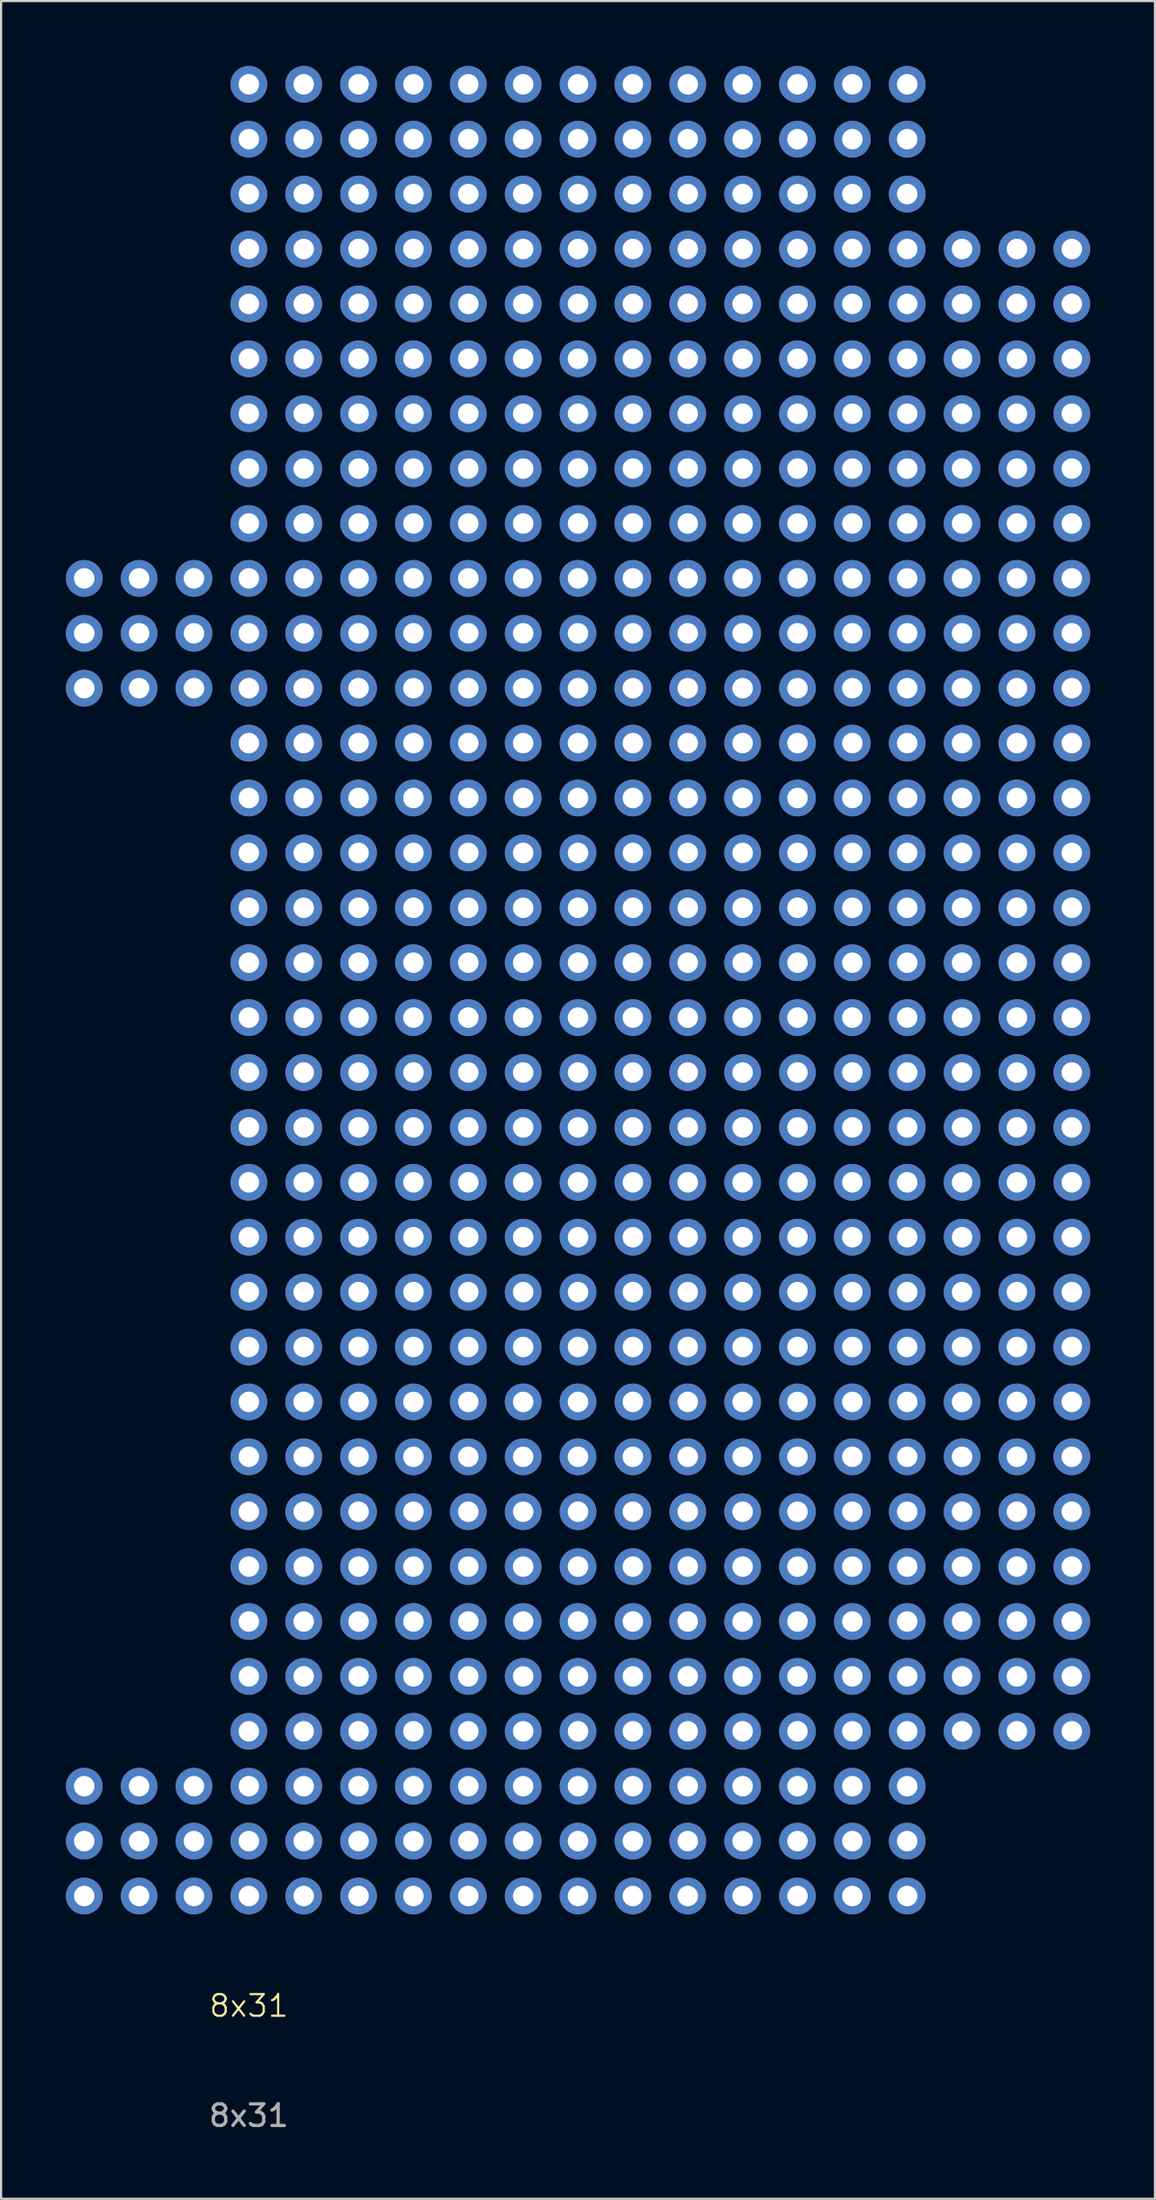
<source format=kicad_pcb>
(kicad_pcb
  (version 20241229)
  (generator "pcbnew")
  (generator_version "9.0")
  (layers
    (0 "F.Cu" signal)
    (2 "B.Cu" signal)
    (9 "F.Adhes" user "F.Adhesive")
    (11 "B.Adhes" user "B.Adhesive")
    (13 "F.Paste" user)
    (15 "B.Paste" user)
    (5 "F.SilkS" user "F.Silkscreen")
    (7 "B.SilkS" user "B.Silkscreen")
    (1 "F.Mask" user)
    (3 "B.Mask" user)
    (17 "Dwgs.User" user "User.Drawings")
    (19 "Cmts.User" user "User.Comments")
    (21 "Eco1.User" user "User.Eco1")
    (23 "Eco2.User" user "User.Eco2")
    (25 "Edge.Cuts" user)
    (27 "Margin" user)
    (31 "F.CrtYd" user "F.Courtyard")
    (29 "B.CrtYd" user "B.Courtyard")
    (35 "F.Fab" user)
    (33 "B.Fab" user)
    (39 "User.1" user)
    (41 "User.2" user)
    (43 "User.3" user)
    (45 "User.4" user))
  (footprint "8x31"
    (layer "F.Cu")
    (at 8.47 84.67)
    (property "Reference" "8x31" (at 0 5.08 0) (unlocked yes) (layer "F.SilkS") (effects (font (size 1 1) (thickness 0.1))))
    (attr through_hole)
    (fp_text user "${REFERENCE}" (at 0 10.16 0) (unlocked yes) (layer "F.Fab") (effects (font (size 1 1) (thickness 0.15))))
    (pad "1" thru_hole circle (at 0 -83.82) (size 1.7 1.7) (drill 0.95) (layers "*.Cu" "*.Mask"))
    (pad "2" thru_hole circle (at 2.54 -83.82) (size 1.7 1.7) (drill 0.95) (layers "*.Cu" "*.Mask"))
    (pad "3" thru_hole circle (at 5.08 -83.82) (size 1.7 1.7) (drill 0.95) (layers "*.Cu" "*.Mask"))
    (pad "4" thru_hole circle (at 7.62 -83.82) (size 1.7 1.7) (drill 0.95) (layers "*.Cu" "*.Mask"))
    (pad "5" thru_hole circle (at 10.16 -83.82) (size 1.7 1.7) (drill 0.95) (layers "*.Cu" "*.Mask"))
    (pad "6" thru_hole circle (at 12.7 -83.82) (size 1.7 1.7) (drill 0.95) (layers "*.Cu" "*.Mask"))
    (pad "7" thru_hole circle (at 15.24 -83.82) (size 1.7 1.7) (drill 0.95) (layers "*.Cu" "*.Mask"))
    (pad "8" thru_hole circle (at 17.78 -83.82) (size 1.7 1.7) (drill 0.95) (layers "*.Cu" "*.Mask"))
    (pad "9" thru_hole circle (at 0 -81.28) (size 1.7 1.7) (drill 0.95) (layers "*.Cu" "*.Mask"))
    (pad "10" thru_hole circle (at 2.54 -81.28) (size 1.7 1.7) (drill 0.95) (layers "*.Cu" "*.Mask"))
    (pad "11" thru_hole circle (at 5.08 -81.28) (size 1.7 1.7) (drill 0.95) (layers "*.Cu" "*.Mask"))
    (pad "12" thru_hole circle (at 7.62 -81.28) (size 1.7 1.7) (drill 0.95) (layers "*.Cu" "*.Mask"))
    (pad "13" thru_hole circle (at 10.16 -81.28) (size 1.7 1.7) (drill 0.95) (layers "*.Cu" "*.Mask"))
    (pad "14" thru_hole circle (at 12.7 -81.28) (size 1.7 1.7) (drill 0.95) (layers "*.Cu" "*.Mask"))
    (pad "15" thru_hole circle (at 15.24 -81.28) (size 1.7 1.7) (drill 0.95) (layers "*.Cu" "*.Mask"))
    (pad "16" thru_hole circle (at 17.78 -81.28) (size 1.7 1.7) (drill 0.95) (layers "*.Cu" "*.Mask"))
    (pad "17" thru_hole circle (at 0 -78.74) (size 1.7 1.7) (drill 0.95) (layers "*.Cu" "*.Mask"))
    (pad "18" thru_hole circle (at 2.54 -78.74) (size 1.7 1.7) (drill 0.95) (layers "*.Cu" "*.Mask"))
    (pad "19" thru_hole circle (at 5.08 -78.74) (size 1.7 1.7) (drill 0.95) (layers "*.Cu" "*.Mask"))
    (pad "20" thru_hole circle (at 7.62 -78.74) (size 1.7 1.7) (drill 0.95) (layers "*.Cu" "*.Mask"))
    (pad "21" thru_hole circle (at 10.16 -78.74) (size 1.7 1.7) (drill 0.95) (layers "*.Cu" "*.Mask"))
    (pad "22" thru_hole circle (at 12.7 -78.74) (size 1.7 1.7) (drill 0.95) (layers "*.Cu" "*.Mask"))
    (pad "23" thru_hole circle (at 15.24 -78.74) (size 1.7 1.7) (drill 0.95) (layers "*.Cu" "*.Mask"))
    (pad "24" thru_hole circle (at 17.78 -78.74) (size 1.7 1.7) (drill 0.95) (layers "*.Cu" "*.Mask"))
    (pad "25" thru_hole circle (at 0 -76.2) (size 1.7 1.7) (drill 0.95) (layers "*.Cu" "*.Mask"))
    (pad "26" thru_hole circle (at 2.54 -76.2) (size 1.7 1.7) (drill 0.95) (layers "*.Cu" "*.Mask"))
    (pad "27" thru_hole circle (at 5.08 -76.2) (size 1.7 1.7) (drill 0.95) (layers "*.Cu" "*.Mask"))
    (pad "28" thru_hole circle (at 7.62 -76.2) (size 1.7 1.7) (drill 0.95) (layers "*.Cu" "*.Mask"))
    (pad "29" thru_hole circle (at 10.16 -76.2) (size 1.7 1.7) (drill 0.95) (layers "*.Cu" "*.Mask"))
    (pad "30" thru_hole circle (at 12.7 -76.2) (size 1.7 1.7) (drill 0.95) (layers "*.Cu" "*.Mask"))
    (pad "31" thru_hole circle (at 15.24 -76.2) (size 1.7 1.7) (drill 0.95) (layers "*.Cu" "*.Mask"))
    (pad "32" thru_hole circle (at 17.78 -76.2) (size 1.7 1.7) (drill 0.95) (layers "*.Cu" "*.Mask"))
    (pad "33" thru_hole circle (at 0 -73.66) (size 1.7 1.7) (drill 0.95) (layers "*.Cu" "*.Mask"))
    (pad "34" thru_hole circle (at 2.54 -73.66) (size 1.7 1.7) (drill 0.95) (layers "*.Cu" "*.Mask"))
    (pad "35" thru_hole circle (at 5.08 -73.66) (size 1.7 1.7) (drill 0.95) (layers "*.Cu" "*.Mask"))
    (pad "36" thru_hole circle (at 7.62 -73.66) (size 1.7 1.7) (drill 0.95) (layers "*.Cu" "*.Mask"))
    (pad "37" thru_hole circle (at 10.16 -73.66) (size 1.7 1.7) (drill 0.95) (layers "*.Cu" "*.Mask"))
    (pad "38" thru_hole circle (at 12.7 -73.66) (size 1.7 1.7) (drill 0.95) (layers "*.Cu" "*.Mask"))
    (pad "39" thru_hole circle (at 15.24 -73.66) (size 1.7 1.7) (drill 0.95) (layers "*.Cu" "*.Mask"))
    (pad "40" thru_hole circle (at 17.78 -73.66) (size 1.7 1.7) (drill 0.95) (layers "*.Cu" "*.Mask"))
    (pad "41" thru_hole circle (at 0 -71.12) (size 1.7 1.7) (drill 0.95) (layers "*.Cu" "*.Mask"))
    (pad "42" thru_hole circle (at 2.54 -71.12) (size 1.7 1.7) (drill 0.95) (layers "*.Cu" "*.Mask"))
    (pad "43" thru_hole circle (at 5.08 -71.12) (size 1.7 1.7) (drill 0.95) (layers "*.Cu" "*.Mask"))
    (pad "44" thru_hole circle (at 7.62 -71.12) (size 1.7 1.7) (drill 0.95) (layers "*.Cu" "*.Mask"))
    (pad "45" thru_hole circle (at 10.16 -71.12) (size 1.7 1.7) (drill 0.95) (layers "*.Cu" "*.Mask"))
    (pad "46" thru_hole circle (at 12.7 -71.12) (size 1.7 1.7) (drill 0.95) (layers "*.Cu" "*.Mask"))
    (pad "47" thru_hole circle (at 15.24 -71.12) (size 1.7 1.7) (drill 0.95) (layers "*.Cu" "*.Mask"))
    (pad "48" thru_hole circle (at 17.78 -71.12) (size 1.7 1.7) (drill 0.95) (layers "*.Cu" "*.Mask"))
    (pad "49" thru_hole circle (at 0 -68.58) (size 1.7 1.7) (drill 0.95) (layers "*.Cu" "*.Mask"))
    (pad "50" thru_hole circle (at 2.54 -68.58) (size 1.7 1.7) (drill 0.95) (layers "*.Cu" "*.Mask"))
    (pad "51" thru_hole circle (at 5.08 -68.58) (size 1.7 1.7) (drill 0.95) (layers "*.Cu" "*.Mask"))
    (pad "52" thru_hole circle (at 7.62 -68.58) (size 1.7 1.7) (drill 0.95) (layers "*.Cu" "*.Mask"))
    (pad "53" thru_hole circle (at 10.16 -68.58) (size 1.7 1.7) (drill 0.95) (layers "*.Cu" "*.Mask"))
    (pad "54" thru_hole circle (at 12.7 -68.58) (size 1.7 1.7) (drill 0.95) (layers "*.Cu" "*.Mask"))
    (pad "55" thru_hole circle (at 15.24 -68.58) (size 1.7 1.7) (drill 0.95) (layers "*.Cu" "*.Mask"))
    (pad "56" thru_hole circle (at 17.78 -68.58) (size 1.7 1.7) (drill 0.95) (layers "*.Cu" "*.Mask"))
    (pad "57" thru_hole circle (at 0 -66.04) (size 1.7 1.7) (drill 0.95) (layers "*.Cu" "*.Mask"))
    (pad "58" thru_hole circle (at 2.54 -66.04) (size 1.7 1.7) (drill 0.95) (layers "*.Cu" "*.Mask"))
    (pad "59" thru_hole circle (at 5.08 -66.04) (size 1.7 1.7) (drill 0.95) (layers "*.Cu" "*.Mask"))
    (pad "60" thru_hole circle (at 7.62 -66.04) (size 1.7 1.7) (drill 0.95) (layers "*.Cu" "*.Mask"))
    (pad "61" thru_hole circle (at 10.16 -66.04) (size 1.7 1.7) (drill 0.95) (layers "*.Cu" "*.Mask"))
    (pad "62" thru_hole circle (at 12.7 -66.04) (size 1.7 1.7) (drill 0.95) (layers "*.Cu" "*.Mask"))
    (pad "63" thru_hole circle (at 15.24 -66.04) (size 1.7 1.7) (drill 0.95) (layers "*.Cu" "*.Mask"))
    (pad "64" thru_hole circle (at 17.78 -66.04) (size 1.7 1.7) (drill 0.95) (layers "*.Cu" "*.Mask"))
    (pad "65" thru_hole circle (at 0 -63.5) (size 1.7 1.7) (drill 0.95) (layers "*.Cu" "*.Mask"))
    (pad "66" thru_hole circle (at 2.54 -63.5) (size 1.7 1.7) (drill 0.95) (layers "*.Cu" "*.Mask"))
    (pad "67" thru_hole circle (at 5.08 -63.5) (size 1.7 1.7) (drill 0.95) (layers "*.Cu" "*.Mask"))
    (pad "68" thru_hole circle (at 7.62 -63.5) (size 1.7 1.7) (drill 0.95) (layers "*.Cu" "*.Mask"))
    (pad "69" thru_hole circle (at 10.16 -63.5) (size 1.7 1.7) (drill 0.95) (layers "*.Cu" "*.Mask"))
    (pad "70" thru_hole circle (at 12.7 -63.5) (size 1.7 1.7) (drill 0.95) (layers "*.Cu" "*.Mask"))
    (pad "71" thru_hole circle (at 15.24 -63.5) (size 1.7 1.7) (drill 0.95) (layers "*.Cu" "*.Mask"))
    (pad "72" thru_hole circle (at 17.78 -63.5) (size 1.7 1.7) (drill 0.95) (layers "*.Cu" "*.Mask"))
    (pad "73" thru_hole circle (at 0 -60.96) (size 1.7 1.7) (drill 0.95) (layers "*.Cu" "*.Mask"))
    (pad "74" thru_hole circle (at 2.54 -60.96) (size 1.7 1.7) (drill 0.95) (layers "*.Cu" "*.Mask"))
    (pad "75" thru_hole circle (at 5.08 -60.96) (size 1.7 1.7) (drill 0.95) (layers "*.Cu" "*.Mask"))
    (pad "76" thru_hole circle (at 7.62 -60.96) (size 1.7 1.7) (drill 0.95) (layers "*.Cu" "*.Mask"))
    (pad "77" thru_hole circle (at 10.16 -60.96) (size 1.7 1.7) (drill 0.95) (layers "*.Cu" "*.Mask"))
    (pad "78" thru_hole circle (at 12.7 -60.96) (size 1.7 1.7) (drill 0.95) (layers "*.Cu" "*.Mask"))
    (pad "79" thru_hole circle (at 15.24 -60.96) (size 1.7 1.7) (drill 0.95) (layers "*.Cu" "*.Mask"))
    (pad "80" thru_hole circle (at 17.78 -60.96) (size 1.7 1.7) (drill 0.95) (layers "*.Cu" "*.Mask"))
    (pad "81" thru_hole circle (at 0 -58.42) (size 1.7 1.7) (drill 0.95) (layers "*.Cu" "*.Mask"))
    (pad "82" thru_hole circle (at 2.54 -58.42) (size 1.7 1.7) (drill 0.95) (layers "*.Cu" "*.Mask"))
    (pad "83" thru_hole circle (at 5.08 -58.42) (size 1.7 1.7) (drill 0.95) (layers "*.Cu" "*.Mask"))
    (pad "84" thru_hole circle (at 7.62 -58.42) (size 1.7 1.7) (drill 0.95) (layers "*.Cu" "*.Mask"))
    (pad "85" thru_hole circle (at 10.16 -58.42) (size 1.7 1.7) (drill 0.95) (layers "*.Cu" "*.Mask"))
    (pad "86" thru_hole circle (at 12.7 -58.42) (size 1.7 1.7) (drill 0.95) (layers "*.Cu" "*.Mask"))
    (pad "87" thru_hole circle (at 15.24 -58.42) (size 1.7 1.7) (drill 0.95) (layers "*.Cu" "*.Mask"))
    (pad "88" thru_hole circle (at 17.78 -58.42) (size 1.7 1.7) (drill 0.95) (layers "*.Cu" "*.Mask"))
    (pad "89" thru_hole circle (at 0 -55.88) (size 1.7 1.7) (drill 0.95) (layers "*.Cu" "*.Mask"))
    (pad "90" thru_hole circle (at 2.54 -55.88) (size 1.7 1.7) (drill 0.95) (layers "*.Cu" "*.Mask"))
    (pad "91" thru_hole circle (at 5.08 -55.88) (size 1.7 1.7) (drill 0.95) (layers "*.Cu" "*.Mask"))
    (pad "92" thru_hole circle (at 7.62 -55.88) (size 1.7 1.7) (drill 0.95) (layers "*.Cu" "*.Mask"))
    (pad "93" thru_hole circle (at 10.16 -55.88) (size 1.7 1.7) (drill 0.95) (layers "*.Cu" "*.Mask"))
    (pad "94" thru_hole circle (at 12.7 -55.88) (size 1.7 1.7) (drill 0.95) (layers "*.Cu" "*.Mask"))
    (pad "95" thru_hole circle (at 15.24 -55.88) (size 1.7 1.7) (drill 0.95) (layers "*.Cu" "*.Mask"))
    (pad "96" thru_hole circle (at 17.78 -55.88) (size 1.7 1.7) (drill 0.95) (layers "*.Cu" "*.Mask"))
    (pad "97" thru_hole circle (at 0 -53.34) (size 1.7 1.7) (drill 0.95) (layers "*.Cu" "*.Mask"))
    (pad "98" thru_hole circle (at 2.54 -53.34) (size 1.7 1.7) (drill 0.95) (layers "*.Cu" "*.Mask"))
    (pad "99" thru_hole circle (at 5.08 -53.34) (size 1.7 1.7) (drill 0.95) (layers "*.Cu" "*.Mask"))
    (pad "100" thru_hole circle (at 7.62 -53.34) (size 1.7 1.7) (drill 0.95) (layers "*.Cu" "*.Mask"))
    (pad "101" thru_hole circle (at 10.16 -53.34) (size 1.7 1.7) (drill 0.95) (layers "*.Cu" "*.Mask"))
    (pad "102" thru_hole circle (at 12.7 -53.34) (size 1.7 1.7) (drill 0.95) (layers "*.Cu" "*.Mask"))
    (pad "103" thru_hole circle (at 15.24 -53.34) (size 1.7 1.7) (drill 0.95) (layers "*.Cu" "*.Mask"))
    (pad "104" thru_hole circle (at 17.78 -53.34) (size 1.7 1.7) (drill 0.95) (layers "*.Cu" "*.Mask"))
    (pad "105" thru_hole circle (at 0 -50.8) (size 1.7 1.7) (drill 0.95) (layers "*.Cu" "*.Mask"))
    (pad "106" thru_hole circle (at 2.54 -50.8) (size 1.7 1.7) (drill 0.95) (layers "*.Cu" "*.Mask"))
    (pad "107" thru_hole circle (at 5.08 -50.8) (size 1.7 1.7) (drill 0.95) (layers "*.Cu" "*.Mask"))
    (pad "108" thru_hole circle (at 7.62 -50.8) (size 1.7 1.7) (drill 0.95) (layers "*.Cu" "*.Mask"))
    (pad "109" thru_hole circle (at 10.16 -50.8) (size 1.7 1.7) (drill 0.95) (layers "*.Cu" "*.Mask"))
    (pad "110" thru_hole circle (at 12.7 -50.8) (size 1.7 1.7) (drill 0.95) (layers "*.Cu" "*.Mask"))
    (pad "111" thru_hole circle (at 15.24 -50.8) (size 1.7 1.7) (drill 0.95) (layers "*.Cu" "*.Mask"))
    (pad "112" thru_hole circle (at 17.78 -50.8) (size 1.7 1.7) (drill 0.95) (layers "*.Cu" "*.Mask"))
    (pad "113" thru_hole circle (at 0 -48.26) (size 1.7 1.7) (drill 0.95) (layers "*.Cu" "*.Mask"))
    (pad "114" thru_hole circle (at 2.54 -48.26) (size 1.7 1.7) (drill 0.95) (layers "*.Cu" "*.Mask"))
    (pad "115" thru_hole circle (at 5.08 -48.26) (size 1.7 1.7) (drill 0.95) (layers "*.Cu" "*.Mask"))
    (pad "116" thru_hole circle (at 7.62 -48.26) (size 1.7 1.7) (drill 0.95) (layers "*.Cu" "*.Mask"))
    (pad "117" thru_hole circle (at 10.16 -48.26) (size 1.7 1.7) (drill 0.95) (layers "*.Cu" "*.Mask"))
    (pad "118" thru_hole circle (at 12.7 -48.26) (size 1.7 1.7) (drill 0.95) (layers "*.Cu" "*.Mask"))
    (pad "119" thru_hole circle (at 15.24 -48.26) (size 1.7 1.7) (drill 0.95) (layers "*.Cu" "*.Mask"))
    (pad "120" thru_hole circle (at 17.78 -48.26) (size 1.7 1.7) (drill 0.95) (layers "*.Cu" "*.Mask"))
    (pad "121" thru_hole circle (at 0 -45.72) (size 1.7 1.7) (drill 0.95) (layers "*.Cu" "*.Mask"))
    (pad "122" thru_hole circle (at 2.54 -45.72) (size 1.7 1.7) (drill 0.95) (layers "*.Cu" "*.Mask"))
    (pad "123" thru_hole circle (at 5.08 -45.72) (size 1.7 1.7) (drill 0.95) (layers "*.Cu" "*.Mask"))
    (pad "124" thru_hole circle (at 7.62 -45.72) (size 1.7 1.7) (drill 0.95) (layers "*.Cu" "*.Mask"))
    (pad "125" thru_hole circle (at 10.16 -45.72) (size 1.7 1.7) (drill 0.95) (layers "*.Cu" "*.Mask"))
    (pad "126" thru_hole circle (at 12.7 -45.72) (size 1.7 1.7) (drill 0.95) (layers "*.Cu" "*.Mask"))
    (pad "127" thru_hole circle (at 15.24 -45.72) (size 1.7 1.7) (drill 0.95) (layers "*.Cu" "*.Mask"))
    (pad "128" thru_hole circle (at 17.78 -45.72) (size 1.7 1.7) (drill 0.95) (layers "*.Cu" "*.Mask"))
    (pad "129" thru_hole circle (at 0 -43.18) (size 1.7 1.7) (drill 0.95) (layers "*.Cu" "*.Mask"))
    (pad "130" thru_hole circle (at 2.54 -43.18) (size 1.7 1.7) (drill 0.95) (layers "*.Cu" "*.Mask"))
    (pad "131" thru_hole circle (at 5.08 -43.18) (size 1.7 1.7) (drill 0.95) (layers "*.Cu" "*.Mask"))
    (pad "132" thru_hole circle (at 7.62 -43.18) (size 1.7 1.7) (drill 0.95) (layers "*.Cu" "*.Mask"))
    (pad "133" thru_hole circle (at 10.16 -43.18) (size 1.7 1.7) (drill 0.95) (layers "*.Cu" "*.Mask"))
    (pad "134" thru_hole circle (at 12.7 -43.18) (size 1.7 1.7) (drill 0.95) (layers "*.Cu" "*.Mask"))
    (pad "135" thru_hole circle (at 15.24 -43.18) (size 1.7 1.7) (drill 0.95) (layers "*.Cu" "*.Mask"))
    (pad "136" thru_hole circle (at 17.78 -43.18) (size 1.7 1.7) (drill 0.95) (layers "*.Cu" "*.Mask"))
    (pad "137" thru_hole circle (at 0 -40.64) (size 1.7 1.7) (drill 0.95) (layers "*.Cu" "*.Mask"))
    (pad "138" thru_hole circle (at 2.54 -40.64) (size 1.7 1.7) (drill 0.95) (layers "*.Cu" "*.Mask"))
    (pad "139" thru_hole circle (at 5.08 -40.64) (size 1.7 1.7) (drill 0.95) (layers "*.Cu" "*.Mask"))
    (pad "140" thru_hole circle (at 7.62 -40.64) (size 1.7 1.7) (drill 0.95) (layers "*.Cu" "*.Mask"))
    (pad "141" thru_hole circle (at 10.16 -40.64) (size 1.7 1.7) (drill 0.95) (layers "*.Cu" "*.Mask"))
    (pad "142" thru_hole circle (at 12.7 -40.64) (size 1.7 1.7) (drill 0.95) (layers "*.Cu" "*.Mask"))
    (pad "143" thru_hole circle (at 15.24 -40.64) (size 1.7 1.7) (drill 0.95) (layers "*.Cu" "*.Mask"))
    (pad "144" thru_hole circle (at 17.78 -40.64) (size 1.7 1.7) (drill 0.95) (layers "*.Cu" "*.Mask"))
    (pad "145" thru_hole circle (at 0 -38.1) (size 1.7 1.7) (drill 0.95) (layers "*.Cu" "*.Mask"))
    (pad "146" thru_hole circle (at 2.54 -38.1) (size 1.7 1.7) (drill 0.95) (layers "*.Cu" "*.Mask"))
    (pad "147" thru_hole circle (at 5.08 -38.1) (size 1.7 1.7) (drill 0.95) (layers "*.Cu" "*.Mask"))
    (pad "148" thru_hole circle (at 7.62 -38.1) (size 1.7 1.7) (drill 0.95) (layers "*.Cu" "*.Mask"))
    (pad "149" thru_hole circle (at 10.16 -38.1) (size 1.7 1.7) (drill 0.95) (layers "*.Cu" "*.Mask"))
    (pad "150" thru_hole circle (at 12.7 -38.1) (size 1.7 1.7) (drill 0.95) (layers "*.Cu" "*.Mask"))
    (pad "151" thru_hole circle (at 15.24 -38.1) (size 1.7 1.7) (drill 0.95) (layers "*.Cu" "*.Mask"))
    (pad "152" thru_hole circle (at 17.78 -38.1) (size 1.7 1.7) (drill 0.95) (layers "*.Cu" "*.Mask"))
    (pad "153" thru_hole circle (at 0 -35.56) (size 1.7 1.7) (drill 0.95) (layers "*.Cu" "*.Mask"))
    (pad "154" thru_hole circle (at 2.54 -35.56) (size 1.7 1.7) (drill 0.95) (layers "*.Cu" "*.Mask"))
    (pad "155" thru_hole circle (at 5.08 -35.56) (size 1.7 1.7) (drill 0.95) (layers "*.Cu" "*.Mask"))
    (pad "156" thru_hole circle (at 7.62 -35.56) (size 1.7 1.7) (drill 0.95) (layers "*.Cu" "*.Mask"))
    (pad "157" thru_hole circle (at 10.16 -35.56) (size 1.7 1.7) (drill 0.95) (layers "*.Cu" "*.Mask"))
    (pad "158" thru_hole circle (at 12.7 -35.56) (size 1.7 1.7) (drill 0.95) (layers "*.Cu" "*.Mask"))
    (pad "159" thru_hole circle (at 15.24 -35.56) (size 1.7 1.7) (drill 0.95) (layers "*.Cu" "*.Mask"))
    (pad "160" thru_hole circle (at 17.78 -35.56) (size 1.7 1.7) (drill 0.95) (layers "*.Cu" "*.Mask"))
    (pad "161" thru_hole circle (at 0 -33.02) (size 1.7 1.7) (drill 0.95) (layers "*.Cu" "*.Mask"))
    (pad "162" thru_hole circle (at 2.54 -33.02) (size 1.7 1.7) (drill 0.95) (layers "*.Cu" "*.Mask"))
    (pad "163" thru_hole circle (at 5.08 -33.02) (size 1.7 1.7) (drill 0.95) (layers "*.Cu" "*.Mask"))
    (pad "164" thru_hole circle (at 7.62 -33.02) (size 1.7 1.7) (drill 0.95) (layers "*.Cu" "*.Mask"))
    (pad "165" thru_hole circle (at 10.16 -33.02) (size 1.7 1.7) (drill 0.95) (layers "*.Cu" "*.Mask"))
    (pad "166" thru_hole circle (at 12.7 -33.02) (size 1.7 1.7) (drill 0.95) (layers "*.Cu" "*.Mask"))
    (pad "167" thru_hole circle (at 15.24 -33.02) (size 1.7 1.7) (drill 0.95) (layers "*.Cu" "*.Mask"))
    (pad "168" thru_hole circle (at 17.78 -33.02) (size 1.7 1.7) (drill 0.95) (layers "*.Cu" "*.Mask"))
    (pad "169" thru_hole circle (at 0 -30.48) (size 1.7 1.7) (drill 0.95) (layers "*.Cu" "*.Mask"))
    (pad "170" thru_hole circle (at 2.54 -30.48) (size 1.7 1.7) (drill 0.95) (layers "*.Cu" "*.Mask"))
    (pad "171" thru_hole circle (at 5.08 -30.48) (size 1.7 1.7) (drill 0.95) (layers "*.Cu" "*.Mask"))
    (pad "172" thru_hole circle (at 7.62 -30.48) (size 1.7 1.7) (drill 0.95) (layers "*.Cu" "*.Mask"))
    (pad "173" thru_hole circle (at 10.16 -30.48) (size 1.7 1.7) (drill 0.95) (layers "*.Cu" "*.Mask"))
    (pad "174" thru_hole circle (at 12.7 -30.48) (size 1.7 1.7) (drill 0.95) (layers "*.Cu" "*.Mask"))
    (pad "175" thru_hole circle (at 15.24 -30.48) (size 1.7 1.7) (drill 0.95) (layers "*.Cu" "*.Mask"))
    (pad "176" thru_hole circle (at 17.78 -30.48) (size 1.7 1.7) (drill 0.95) (layers "*.Cu" "*.Mask"))
    (pad "177" thru_hole circle (at 0 -27.94) (size 1.7 1.7) (drill 0.95) (layers "*.Cu" "*.Mask"))
    (pad "178" thru_hole circle (at 2.54 -27.94) (size 1.7 1.7) (drill 0.95) (layers "*.Cu" "*.Mask"))
    (pad "179" thru_hole circle (at 5.08 -27.94) (size 1.7 1.7) (drill 0.95) (layers "*.Cu" "*.Mask"))
    (pad "180" thru_hole circle (at 7.62 -27.94) (size 1.7 1.7) (drill 0.95) (layers "*.Cu" "*.Mask"))
    (pad "181" thru_hole circle (at 10.16 -27.94) (size 1.7 1.7) (drill 0.95) (layers "*.Cu" "*.Mask"))
    (pad "182" thru_hole circle (at 12.7 -27.94) (size 1.7 1.7) (drill 0.95) (layers "*.Cu" "*.Mask"))
    (pad "183" thru_hole circle (at 15.24 -27.94) (size 1.7 1.7) (drill 0.95) (layers "*.Cu" "*.Mask"))
    (pad "184" thru_hole circle (at 17.78 -27.94) (size 1.7 1.7) (drill 0.95) (layers "*.Cu" "*.Mask"))
    (pad "185" thru_hole circle (at 0 -25.4) (size 1.7 1.7) (drill 0.95) (layers "*.Cu" "*.Mask"))
    (pad "186" thru_hole circle (at 2.54 -25.4) (size 1.7 1.7) (drill 0.95) (layers "*.Cu" "*.Mask"))
    (pad "187" thru_hole circle (at 5.08 -25.4) (size 1.7 1.7) (drill 0.95) (layers "*.Cu" "*.Mask"))
    (pad "188" thru_hole circle (at 7.62 -25.4) (size 1.7 1.7) (drill 0.95) (layers "*.Cu" "*.Mask"))
    (pad "189" thru_hole circle (at 10.16 -25.4) (size 1.7 1.7) (drill 0.95) (layers "*.Cu" "*.Mask"))
    (pad "190" thru_hole circle (at 12.7 -25.4) (size 1.7 1.7) (drill 0.95) (layers "*.Cu" "*.Mask"))
    (pad "191" thru_hole circle (at 15.24 -25.4) (size 1.7 1.7) (drill 0.95) (layers "*.Cu" "*.Mask"))
    (pad "192" thru_hole circle (at 17.78 -25.4) (size 1.7 1.7) (drill 0.95) (layers "*.Cu" "*.Mask"))
    (pad "193" thru_hole circle (at 0 -22.86) (size 1.7 1.7) (drill 0.95) (layers "*.Cu" "*.Mask"))
    (pad "194" thru_hole circle (at 2.54 -22.86) (size 1.7 1.7) (drill 0.95) (layers "*.Cu" "*.Mask"))
    (pad "195" thru_hole circle (at 5.08 -22.86) (size 1.7 1.7) (drill 0.95) (layers "*.Cu" "*.Mask"))
    (pad "196" thru_hole circle (at 7.62 -22.86) (size 1.7 1.7) (drill 0.95) (layers "*.Cu" "*.Mask"))
    (pad "197" thru_hole circle (at 10.16 -22.86) (size 1.7 1.7) (drill 0.95) (layers "*.Cu" "*.Mask"))
    (pad "198" thru_hole circle (at 12.7 -22.86) (size 1.7 1.7) (drill 0.95) (layers "*.Cu" "*.Mask"))
    (pad "199" thru_hole circle (at 15.24 -22.86) (size 1.7 1.7) (drill 0.95) (layers "*.Cu" "*.Mask"))
    (pad "200" thru_hole circle (at 17.78 -22.86) (size 1.7 1.7) (drill 0.95) (layers "*.Cu" "*.Mask"))
    (pad "201" thru_hole circle (at 0 -20.32) (size 1.7 1.7) (drill 0.95) (layers "*.Cu" "*.Mask"))
    (pad "202" thru_hole circle (at 2.54 -20.32) (size 1.7 1.7) (drill 0.95) (layers "*.Cu" "*.Mask"))
    (pad "203" thru_hole circle (at 5.08 -20.32) (size 1.7 1.7) (drill 0.95) (layers "*.Cu" "*.Mask"))
    (pad "204" thru_hole circle (at 7.62 -20.32) (size 1.7 1.7) (drill 0.95) (layers "*.Cu" "*.Mask"))
    (pad "205" thru_hole circle (at 10.16 -20.32) (size 1.7 1.7) (drill 0.95) (layers "*.Cu" "*.Mask"))
    (pad "206" thru_hole circle (at 12.7 -20.32) (size 1.7 1.7) (drill 0.95) (layers "*.Cu" "*.Mask"))
    (pad "207" thru_hole circle (at 15.24 -20.32) (size 1.7 1.7) (drill 0.95) (layers "*.Cu" "*.Mask"))
    (pad "208" thru_hole circle (at 17.78 -20.32) (size 1.7 1.7) (drill 0.95) (layers "*.Cu" "*.Mask"))
    (pad "209" thru_hole circle (at 0 -17.78) (size 1.7 1.7) (drill 0.95) (layers "*.Cu" "*.Mask"))
    (pad "210" thru_hole circle (at 2.54 -17.78) (size 1.7 1.7) (drill 0.95) (layers "*.Cu" "*.Mask"))
    (pad "211" thru_hole circle (at 5.08 -17.78) (size 1.7 1.7) (drill 0.95) (layers "*.Cu" "*.Mask"))
    (pad "212" thru_hole circle (at 7.62 -17.78) (size 1.7 1.7) (drill 0.95) (layers "*.Cu" "*.Mask"))
    (pad "213" thru_hole circle (at 10.16 -17.78) (size 1.7 1.7) (drill 0.95) (layers "*.Cu" "*.Mask"))
    (pad "214" thru_hole circle (at 12.7 -17.78) (size 1.7 1.7) (drill 0.95) (layers "*.Cu" "*.Mask"))
    (pad "215" thru_hole circle (at 15.24 -17.78) (size 1.7 1.7) (drill 0.95) (layers "*.Cu" "*.Mask"))
    (pad "216" thru_hole circle (at 17.78 -17.78) (size 1.7 1.7) (drill 0.95) (layers "*.Cu" "*.Mask"))
    (pad "217" thru_hole circle (at 0 -15.24) (size 1.7 1.7) (drill 0.95) (layers "*.Cu" "*.Mask"))
    (pad "218" thru_hole circle (at 2.54 -15.24) (size 1.7 1.7) (drill 0.95) (layers "*.Cu" "*.Mask"))
    (pad "219" thru_hole circle (at 5.08 -15.24) (size 1.7 1.7) (drill 0.95) (layers "*.Cu" "*.Mask"))
    (pad "220" thru_hole circle (at 7.62 -15.24) (size 1.7 1.7) (drill 0.95) (layers "*.Cu" "*.Mask"))
    (pad "221" thru_hole circle (at 10.16 -15.24) (size 1.7 1.7) (drill 0.95) (layers "*.Cu" "*.Mask"))
    (pad "222" thru_hole circle (at 12.7 -15.24) (size 1.7 1.7) (drill 0.95) (layers "*.Cu" "*.Mask"))
    (pad "223" thru_hole circle (at 15.24 -15.24) (size 1.7 1.7) (drill 0.95) (layers "*.Cu" "*.Mask"))
    (pad "224" thru_hole circle (at 17.78 -15.24) (size 1.7 1.7) (drill 0.95) (layers "*.Cu" "*.Mask"))
    (pad "225" thru_hole circle (at 0 -12.7) (size 1.7 1.7) (drill 0.95) (layers "*.Cu" "*.Mask"))
    (pad "226" thru_hole circle (at 2.54 -12.7) (size 1.7 1.7) (drill 0.95) (layers "*.Cu" "*.Mask"))
    (pad "227" thru_hole circle (at 5.08 -12.7) (size 1.7 1.7) (drill 0.95) (layers "*.Cu" "*.Mask"))
    (pad "228" thru_hole circle (at 7.62 -12.7) (size 1.7 1.7) (drill 0.95) (layers "*.Cu" "*.Mask"))
    (pad "229" thru_hole circle (at 10.16 -12.7) (size 1.7 1.7) (drill 0.95) (layers "*.Cu" "*.Mask"))
    (pad "230" thru_hole circle (at 12.7 -12.7) (size 1.7 1.7) (drill 0.95) (layers "*.Cu" "*.Mask"))
    (pad "231" thru_hole circle (at 15.24 -12.7) (size 1.7 1.7) (drill 0.95) (layers "*.Cu" "*.Mask"))
    (pad "232" thru_hole circle (at 17.78 -12.7) (size 1.7 1.7) (drill 0.95) (layers "*.Cu" "*.Mask"))
    (pad "233" thru_hole circle (at 0 -10.16) (size 1.7 1.7) (drill 0.95) (layers "*.Cu" "*.Mask"))
    (pad "234" thru_hole circle (at 2.54 -10.16) (size 1.7 1.7) (drill 0.95) (layers "*.Cu" "*.Mask"))
    (pad "235" thru_hole circle (at 5.08 -10.16) (size 1.7 1.7) (drill 0.95) (layers "*.Cu" "*.Mask"))
    (pad "236" thru_hole circle (at 7.62 -10.16) (size 1.7 1.7) (drill 0.95) (layers "*.Cu" "*.Mask"))
    (pad "237" thru_hole circle (at 10.16 -10.16) (size 1.7 1.7) (drill 0.95) (layers "*.Cu" "*.Mask"))
    (pad "238" thru_hole circle (at 12.7 -10.16) (size 1.7 1.7) (drill 0.95) (layers "*.Cu" "*.Mask"))
    (pad "239" thru_hole circle (at 15.24 -10.16) (size 1.7 1.7) (drill 0.95) (layers "*.Cu" "*.Mask"))
    (pad "240" thru_hole circle (at 17.78 -10.16) (size 1.7 1.7) (drill 0.95) (layers "*.Cu" "*.Mask"))
    (pad "241" thru_hole circle (at 0 -7.62) (size 1.7 1.7) (drill 0.95) (layers "*.Cu" "*.Mask"))
    (pad "242" thru_hole circle (at 2.54 -7.62) (size 1.7 1.7) (drill 0.95) (layers "*.Cu" "*.Mask"))
    (pad "243" thru_hole circle (at 5.08 -7.62) (size 1.7 1.7) (drill 0.95) (layers "*.Cu" "*.Mask"))
    (pad "244" thru_hole circle (at 7.62 -7.62) (size 1.7 1.7) (drill 0.95) (layers "*.Cu" "*.Mask"))
    (pad "245" thru_hole circle (at 10.16 -7.62) (size 1.7 1.7) (drill 0.95) (layers "*.Cu" "*.Mask"))
    (pad "246" thru_hole circle (at 12.7 -7.62) (size 1.7 1.7) (drill 0.95) (layers "*.Cu" "*.Mask"))
    (pad "247" thru_hole circle (at 15.24 -7.62) (size 1.7 1.7) (drill 0.95) (layers "*.Cu" "*.Mask"))
    (pad "248" thru_hole circle (at 17.78 -7.62) (size 1.7 1.7) (drill 0.95) (layers "*.Cu" "*.Mask"))
    (pad "249" thru_hole circle (at 0 -5.08) (size 1.7 1.7) (drill 0.95) (layers "*.Cu" "*.Mask"))
    (pad "250" thru_hole circle (at 2.54 -5.08) (size 1.7 1.7) (drill 0.95) (layers "*.Cu" "*.Mask"))
    (pad "251" thru_hole circle (at 5.08 -5.08) (size 1.7 1.7) (drill 0.95) (layers "*.Cu" "*.Mask"))
    (pad "252" thru_hole circle (at 7.62 -5.08) (size 1.7 1.7) (drill 0.95) (layers "*.Cu" "*.Mask"))
    (pad "253" thru_hole circle (at 10.16 -5.08) (size 1.7 1.7) (drill 0.95) (layers "*.Cu" "*.Mask"))
    (pad "254" thru_hole circle (at 12.7 -5.08) (size 1.7 1.7) (drill 0.95) (layers "*.Cu" "*.Mask"))
    (pad "255" thru_hole circle (at 15.24 -5.08) (size 1.7 1.7) (drill 0.95) (layers "*.Cu" "*.Mask"))
    (pad "256" thru_hole circle (at 17.78 -5.08) (size 1.7 1.7) (drill 0.95) (layers "*.Cu" "*.Mask"))
    (pad "257" thru_hole circle (at 0 -2.54) (size 1.7 1.7) (drill 0.95) (layers "*.Cu" "*.Mask"))
    (pad "258" thru_hole circle (at 2.54 -2.54) (size 1.7 1.7) (drill 0.95) (layers "*.Cu" "*.Mask"))
    (pad "259" thru_hole circle (at 5.08 -2.54) (size 1.7 1.7) (drill 0.95) (layers "*.Cu" "*.Mask"))
    (pad "260" thru_hole circle (at 7.62 -2.54) (size 1.7 1.7) (drill 0.95) (layers "*.Cu" "*.Mask"))
    (pad "261" thru_hole circle (at 10.16 -2.54) (size 1.7 1.7) (drill 0.95) (layers "*.Cu" "*.Mask"))
    (pad "262" thru_hole circle (at 12.7 -2.54) (size 1.7 1.7) (drill 0.95) (layers "*.Cu" "*.Mask"))
    (pad "263" thru_hole circle (at 15.24 -2.54) (size 1.7 1.7) (drill 0.95) (layers "*.Cu" "*.Mask"))
    (pad "264" thru_hole circle (at 17.78 -2.54) (size 1.7 1.7) (drill 0.95) (layers "*.Cu" "*.Mask"))
    (pad "265" thru_hole circle (at 0 0) (size 1.7 1.7) (drill 0.95) (layers "*.Cu" "*.Mask"))
    (pad "266" thru_hole circle (at 2.54 0) (size 1.7 1.7) (drill 0.95) (layers "*.Cu" "*.Mask"))
    (pad "267" thru_hole circle (at 5.08 0) (size 1.7 1.7) (drill 0.95) (layers "*.Cu" "*.Mask"))
    (pad "268" thru_hole circle (at 7.62 0) (size 1.7 1.7) (drill 0.95) (layers "*.Cu" "*.Mask"))
    (pad "269" thru_hole circle (at 10.16 0) (size 1.7 1.7) (drill 0.95) (layers "*.Cu" "*.Mask"))
    (pad "270" thru_hole circle (at 12.7 0) (size 1.7 1.7) (drill 0.95) (layers "*.Cu" "*.Mask"))
    (pad "271" thru_hole circle (at 15.24 0) (size 1.7 1.7) (drill 0.95) (layers "*.Cu" "*.Mask"))
    (pad "272" thru_hole circle (at 17.78 0) (size 1.7 1.7) (drill 0.95) (layers "*.Cu" "*.Mask"))
    (pad "273" thru_hole circle (at -7.62 -60.96) (size 1.7 1.7) (drill 0.95) (layers "*.Cu" "*.Mask"))
    (pad "274" thru_hole circle (at -5.08 -60.96) (size 1.7 1.7) (drill 0.95) (layers "*.Cu" "*.Mask"))
    (pad "275" thru_hole circle (at -2.54 -60.96) (size 1.7 1.7) (drill 0.95) (layers "*.Cu" "*.Mask"))
    (pad "276" thru_hole circle (at -7.62 -58.42) (size 1.7 1.7) (drill 0.95) (layers "*.Cu" "*.Mask"))
    (pad "277" thru_hole circle (at -5.08 -58.42) (size 1.7 1.7) (drill 0.95) (layers "*.Cu" "*.Mask"))
    (pad "278" thru_hole circle (at -2.54 -58.42) (size 1.7 1.7) (drill 0.95) (layers "*.Cu" "*.Mask"))
    (pad "279" thru_hole circle (at -7.62 -55.88) (size 1.7 1.7) (drill 0.95) (layers "*.Cu" "*.Mask"))
    (pad "280" thru_hole circle (at -5.08 -55.88) (size 1.7 1.7) (drill 0.95) (layers "*.Cu" "*.Mask"))
    (pad "281" thru_hole circle (at -2.54 -55.88) (size 1.7 1.7) (drill 0.95) (layers "*.Cu" "*.Mask"))
    (pad "282" thru_hole circle (at 20.32 -83.82) (size 1.7 1.7) (drill 0.95) (layers "*.Cu" "*.Mask"))
    (pad "283" thru_hole circle (at 22.86 -83.82) (size 1.7 1.7) (drill 0.95) (layers "*.Cu" "*.Mask"))
    (pad "284" thru_hole circle (at 25.4 -83.82) (size 1.7 1.7) (drill 0.95) (layers "*.Cu" "*.Mask"))
    (pad "285" thru_hole circle (at 27.94 -83.82) (size 1.7 1.7) (drill 0.95) (layers "*.Cu" "*.Mask"))
    (pad "286" thru_hole circle (at 30.48 -83.82) (size 1.7 1.7) (drill 0.95) (layers "*.Cu" "*.Mask"))
    (pad "287" thru_hole circle (at 20.32 -81.28) (size 1.7 1.7) (drill 0.95) (layers "*.Cu" "*.Mask"))
    (pad "288" thru_hole circle (at 22.86 -81.28) (size 1.7 1.7) (drill 0.95) (layers "*.Cu" "*.Mask"))
    (pad "289" thru_hole circle (at 25.4 -81.28) (size 1.7 1.7) (drill 0.95) (layers "*.Cu" "*.Mask"))
    (pad "290" thru_hole circle (at 27.94 -81.28) (size 1.7 1.7) (drill 0.95) (layers "*.Cu" "*.Mask"))
    (pad "291" thru_hole circle (at 30.48 -81.28) (size 1.7 1.7) (drill 0.95) (layers "*.Cu" "*.Mask"))
    (pad "292" thru_hole circle (at 20.32 -78.74) (size 1.7 1.7) (drill 0.95) (layers "*.Cu" "*.Mask"))
    (pad "293" thru_hole circle (at 22.86 -78.74) (size 1.7 1.7) (drill 0.95) (layers "*.Cu" "*.Mask"))
    (pad "294" thru_hole circle (at 25.4 -78.74) (size 1.7 1.7) (drill 0.95) (layers "*.Cu" "*.Mask"))
    (pad "295" thru_hole circle (at 27.94 -78.74) (size 1.7 1.7) (drill 0.95) (layers "*.Cu" "*.Mask"))
    (pad "296" thru_hole circle (at 30.48 -78.74) (size 1.7 1.7) (drill 0.95) (layers "*.Cu" "*.Mask"))
    (pad "297" thru_hole circle (at 20.32 -76.2) (size 1.7 1.7) (drill 0.95) (layers "*.Cu" "*.Mask"))
    (pad "298" thru_hole circle (at 22.86 -76.2) (size 1.7 1.7) (drill 0.95) (layers "*.Cu" "*.Mask"))
    (pad "299" thru_hole circle (at 25.4 -76.2) (size 1.7 1.7) (drill 0.95) (layers "*.Cu" "*.Mask"))
    (pad "300" thru_hole circle (at 27.94 -76.2) (size 1.7 1.7) (drill 0.95) (layers "*.Cu" "*.Mask"))
    (pad "301" thru_hole circle (at 30.48 -76.2) (size 1.7 1.7) (drill 0.95) (layers "*.Cu" "*.Mask"))
    (pad "302" thru_hole circle (at 33.02 -76.2) (size 1.7 1.7) (drill 0.95) (layers "*.Cu" "*.Mask"))
    (pad "303" thru_hole circle (at 35.56 -76.2) (size 1.7 1.7) (drill 0.95) (layers "*.Cu" "*.Mask"))
    (pad "304" thru_hole circle (at 38.1 -76.2) (size 1.7 1.7) (drill 0.95) (layers "*.Cu" "*.Mask"))
    (pad "305" thru_hole circle (at 20.32 -73.66) (size 1.7 1.7) (drill 0.95) (layers "*.Cu" "*.Mask"))
    (pad "306" thru_hole circle (at 22.86 -73.66) (size 1.7 1.7) (drill 0.95) (layers "*.Cu" "*.Mask"))
    (pad "307" thru_hole circle (at 25.4 -73.66) (size 1.7 1.7) (drill 0.95) (layers "*.Cu" "*.Mask"))
    (pad "308" thru_hole circle (at 27.94 -73.66) (size 1.7 1.7) (drill 0.95) (layers "*.Cu" "*.Mask"))
    (pad "309" thru_hole circle (at 30.48 -73.66) (size 1.7 1.7) (drill 0.95) (layers "*.Cu" "*.Mask"))
    (pad "310" thru_hole circle (at 33.02 -73.66) (size 1.7 1.7) (drill 0.95) (layers "*.Cu" "*.Mask"))
    (pad "311" thru_hole circle (at 35.56 -73.66) (size 1.7 1.7) (drill 0.95) (layers "*.Cu" "*.Mask"))
    (pad "312" thru_hole circle (at 38.1 -73.66) (size 1.7 1.7) (drill 0.95) (layers "*.Cu" "*.Mask"))
    (pad "313" thru_hole circle (at 20.32 -71.12) (size 1.7 1.7) (drill 0.95) (layers "*.Cu" "*.Mask"))
    (pad "314" thru_hole circle (at 22.86 -71.12) (size 1.7 1.7) (drill 0.95) (layers "*.Cu" "*.Mask"))
    (pad "315" thru_hole circle (at 25.4 -71.12) (size 1.7 1.7) (drill 0.95) (layers "*.Cu" "*.Mask"))
    (pad "316" thru_hole circle (at 27.94 -71.12) (size 1.7 1.7) (drill 0.95) (layers "*.Cu" "*.Mask"))
    (pad "317" thru_hole circle (at 30.48 -71.12) (size 1.7 1.7) (drill 0.95) (layers "*.Cu" "*.Mask"))
    (pad "318" thru_hole circle (at 33.02 -71.12) (size 1.7 1.7) (drill 0.95) (layers "*.Cu" "*.Mask"))
    (pad "319" thru_hole circle (at 35.56 -71.12) (size 1.7 1.7) (drill 0.95) (layers "*.Cu" "*.Mask"))
    (pad "320" thru_hole circle (at 38.1 -71.12) (size 1.7 1.7) (drill 0.95) (layers "*.Cu" "*.Mask"))
    (pad "321" thru_hole circle (at 20.32 -68.58) (size 1.7 1.7) (drill 0.95) (layers "*.Cu" "*.Mask"))
    (pad "322" thru_hole circle (at 22.86 -68.58) (size 1.7 1.7) (drill 0.95) (layers "*.Cu" "*.Mask"))
    (pad "323" thru_hole circle (at 25.4 -68.58) (size 1.7 1.7) (drill 0.95) (layers "*.Cu" "*.Mask"))
    (pad "324" thru_hole circle (at 27.94 -68.58) (size 1.7 1.7) (drill 0.95) (layers "*.Cu" "*.Mask"))
    (pad "325" thru_hole circle (at 30.48 -68.58) (size 1.7 1.7) (drill 0.95) (layers "*.Cu" "*.Mask"))
    (pad "326" thru_hole circle (at 33.02 -68.58) (size 1.7 1.7) (drill 0.95) (layers "*.Cu" "*.Mask"))
    (pad "327" thru_hole circle (at 35.56 -68.58) (size 1.7 1.7) (drill 0.95) (layers "*.Cu" "*.Mask"))
    (pad "328" thru_hole circle (at 38.1 -68.58) (size 1.7 1.7) (drill 0.95) (layers "*.Cu" "*.Mask"))
    (pad "329" thru_hole circle (at 20.32 -66.04) (size 1.7 1.7) (drill 0.95) (layers "*.Cu" "*.Mask"))
    (pad "330" thru_hole circle (at 22.86 -66.04) (size 1.7 1.7) (drill 0.95) (layers "*.Cu" "*.Mask"))
    (pad "331" thru_hole circle (at 25.4 -66.04) (size 1.7 1.7) (drill 0.95) (layers "*.Cu" "*.Mask"))
    (pad "332" thru_hole circle (at 27.94 -66.04) (size 1.7 1.7) (drill 0.95) (layers "*.Cu" "*.Mask"))
    (pad "333" thru_hole circle (at 30.48 -66.04) (size 1.7 1.7) (drill 0.95) (layers "*.Cu" "*.Mask"))
    (pad "334" thru_hole circle (at 33.02 -66.04) (size 1.7 1.7) (drill 0.95) (layers "*.Cu" "*.Mask"))
    (pad "335" thru_hole circle (at 35.56 -66.04) (size 1.7 1.7) (drill 0.95) (layers "*.Cu" "*.Mask"))
    (pad "336" thru_hole circle (at 38.1 -66.04) (size 1.7 1.7) (drill 0.95) (layers "*.Cu" "*.Mask"))
    (pad "337" thru_hole circle (at 20.32 -63.5) (size 1.7 1.7) (drill 0.95) (layers "*.Cu" "*.Mask"))
    (pad "338" thru_hole circle (at 22.86 -63.5) (size 1.7 1.7) (drill 0.95) (layers "*.Cu" "*.Mask"))
    (pad "339" thru_hole circle (at 25.4 -63.5) (size 1.7 1.7) (drill 0.95) (layers "*.Cu" "*.Mask"))
    (pad "340" thru_hole circle (at 27.94 -63.5) (size 1.7 1.7) (drill 0.95) (layers "*.Cu" "*.Mask"))
    (pad "341" thru_hole circle (at 30.48 -63.5) (size 1.7 1.7) (drill 0.95) (layers "*.Cu" "*.Mask"))
    (pad "342" thru_hole circle (at 33.02 -63.5) (size 1.7 1.7) (drill 0.95) (layers "*.Cu" "*.Mask"))
    (pad "343" thru_hole circle (at 35.56 -63.5) (size 1.7 1.7) (drill 0.95) (layers "*.Cu" "*.Mask"))
    (pad "344" thru_hole circle (at 38.1 -63.5) (size 1.7 1.7) (drill 0.95) (layers "*.Cu" "*.Mask"))
    (pad "345" thru_hole circle (at 20.32 -60.96) (size 1.7 1.7) (drill 0.95) (layers "*.Cu" "*.Mask"))
    (pad "346" thru_hole circle (at 22.86 -60.96) (size 1.7 1.7) (drill 0.95) (layers "*.Cu" "*.Mask"))
    (pad "347" thru_hole circle (at 25.4 -60.96) (size 1.7 1.7) (drill 0.95) (layers "*.Cu" "*.Mask"))
    (pad "348" thru_hole circle (at 27.94 -60.96) (size 1.7 1.7) (drill 0.95) (layers "*.Cu" "*.Mask"))
    (pad "349" thru_hole circle (at 30.48 -60.96) (size 1.7 1.7) (drill 0.95) (layers "*.Cu" "*.Mask"))
    (pad "350" thru_hole circle (at 33.02 -60.96) (size 1.7 1.7) (drill 0.95) (layers "*.Cu" "*.Mask"))
    (pad "351" thru_hole circle (at 35.56 -60.96) (size 1.7 1.7) (drill 0.95) (layers "*.Cu" "*.Mask"))
    (pad "352" thru_hole circle (at 38.1 -60.96) (size 1.7 1.7) (drill 0.95) (layers "*.Cu" "*.Mask"))
    (pad "353" thru_hole circle (at 20.32 -58.42) (size 1.7 1.7) (drill 0.95) (layers "*.Cu" "*.Mask"))
    (pad "354" thru_hole circle (at 22.86 -58.42) (size 1.7 1.7) (drill 0.95) (layers "*.Cu" "*.Mask"))
    (pad "355" thru_hole circle (at 25.4 -58.42) (size 1.7 1.7) (drill 0.95) (layers "*.Cu" "*.Mask"))
    (pad "356" thru_hole circle (at 27.94 -58.42) (size 1.7 1.7) (drill 0.95) (layers "*.Cu" "*.Mask"))
    (pad "357" thru_hole circle (at 30.48 -58.42) (size 1.7 1.7) (drill 0.95) (layers "*.Cu" "*.Mask"))
    (pad "358" thru_hole circle (at 33.02 -58.42) (size 1.7 1.7) (drill 0.95) (layers "*.Cu" "*.Mask"))
    (pad "359" thru_hole circle (at 35.56 -58.42) (size 1.7 1.7) (drill 0.95) (layers "*.Cu" "*.Mask"))
    (pad "360" thru_hole circle (at 38.1 -58.42) (size 1.7 1.7) (drill 0.95) (layers "*.Cu" "*.Mask"))
    (pad "361" thru_hole circle (at 20.32 -55.88) (size 1.7 1.7) (drill 0.95) (layers "*.Cu" "*.Mask"))
    (pad "362" thru_hole circle (at 22.86 -55.88) (size 1.7 1.7) (drill 0.95) (layers "*.Cu" "*.Mask"))
    (pad "363" thru_hole circle (at 25.4 -55.88) (size 1.7 1.7) (drill 0.95) (layers "*.Cu" "*.Mask"))
    (pad "364" thru_hole circle (at 27.94 -55.88) (size 1.7 1.7) (drill 0.95) (layers "*.Cu" "*.Mask"))
    (pad "365" thru_hole circle (at 30.48 -55.88) (size 1.7 1.7) (drill 0.95) (layers "*.Cu" "*.Mask"))
    (pad "366" thru_hole circle (at 33.02 -55.88) (size 1.7 1.7) (drill 0.95) (layers "*.Cu" "*.Mask"))
    (pad "367" thru_hole circle (at 35.56 -55.88) (size 1.7 1.7) (drill 0.95) (layers "*.Cu" "*.Mask"))
    (pad "368" thru_hole circle (at 38.1 -55.88) (size 1.7 1.7) (drill 0.95) (layers "*.Cu" "*.Mask"))
    (pad "369" thru_hole circle (at 20.32 -53.34) (size 1.7 1.7) (drill 0.95) (layers "*.Cu" "*.Mask"))
    (pad "370" thru_hole circle (at 22.86 -53.34) (size 1.7 1.7) (drill 0.95) (layers "*.Cu" "*.Mask"))
    (pad "371" thru_hole circle (at 25.4 -53.34) (size 1.7 1.7) (drill 0.95) (layers "*.Cu" "*.Mask"))
    (pad "372" thru_hole circle (at 27.94 -53.34) (size 1.7 1.7) (drill 0.95) (layers "*.Cu" "*.Mask"))
    (pad "373" thru_hole circle (at 30.48 -53.34) (size 1.7 1.7) (drill 0.95) (layers "*.Cu" "*.Mask"))
    (pad "374" thru_hole circle (at 33.02 -53.34) (size 1.7 1.7) (drill 0.95) (layers "*.Cu" "*.Mask"))
    (pad "375" thru_hole circle (at 35.56 -53.34) (size 1.7 1.7) (drill 0.95) (layers "*.Cu" "*.Mask"))
    (pad "376" thru_hole circle (at 38.1 -53.34) (size 1.7 1.7) (drill 0.95) (layers "*.Cu" "*.Mask"))
    (pad "377" thru_hole circle (at 20.32 -50.8) (size 1.7 1.7) (drill 0.95) (layers "*.Cu" "*.Mask"))
    (pad "378" thru_hole circle (at 22.86 -50.8) (size 1.7 1.7) (drill 0.95) (layers "*.Cu" "*.Mask"))
    (pad "379" thru_hole circle (at 25.4 -50.8) (size 1.7 1.7) (drill 0.95) (layers "*.Cu" "*.Mask"))
    (pad "380" thru_hole circle (at 27.94 -50.8) (size 1.7 1.7) (drill 0.95) (layers "*.Cu" "*.Mask"))
    (pad "381" thru_hole circle (at 30.48 -50.8) (size 1.7 1.7) (drill 0.95) (layers "*.Cu" "*.Mask"))
    (pad "382" thru_hole circle (at 33.02 -50.8) (size 1.7 1.7) (drill 0.95) (layers "*.Cu" "*.Mask"))
    (pad "383" thru_hole circle (at 35.56 -50.8) (size 1.7 1.7) (drill 0.95) (layers "*.Cu" "*.Mask"))
    (pad "384" thru_hole circle (at 38.1 -50.8) (size 1.7 1.7) (drill 0.95) (layers "*.Cu" "*.Mask"))
    (pad "385" thru_hole circle (at 20.32 -48.26) (size 1.7 1.7) (drill 0.95) (layers "*.Cu" "*.Mask"))
    (pad "386" thru_hole circle (at 22.86 -48.26) (size 1.7 1.7) (drill 0.95) (layers "*.Cu" "*.Mask"))
    (pad "387" thru_hole circle (at 25.4 -48.26) (size 1.7 1.7) (drill 0.95) (layers "*.Cu" "*.Mask"))
    (pad "388" thru_hole circle (at 27.94 -48.26) (size 1.7 1.7) (drill 0.95) (layers "*.Cu" "*.Mask"))
    (pad "389" thru_hole circle (at 30.48 -48.26) (size 1.7 1.7) (drill 0.95) (layers "*.Cu" "*.Mask"))
    (pad "390" thru_hole circle (at 33.02 -48.26) (size 1.7 1.7) (drill 0.95) (layers "*.Cu" "*.Mask"))
    (pad "391" thru_hole circle (at 35.56 -48.26) (size 1.7 1.7) (drill 0.95) (layers "*.Cu" "*.Mask"))
    (pad "392" thru_hole circle (at 38.1 -48.26) (size 1.7 1.7) (drill 0.95) (layers "*.Cu" "*.Mask"))
    (pad "393" thru_hole circle (at 20.32 -45.72) (size 1.7 1.7) (drill 0.95) (layers "*.Cu" "*.Mask"))
    (pad "394" thru_hole circle (at 22.86 -45.72) (size 1.7 1.7) (drill 0.95) (layers "*.Cu" "*.Mask"))
    (pad "395" thru_hole circle (at 25.4 -45.72) (size 1.7 1.7) (drill 0.95) (layers "*.Cu" "*.Mask"))
    (pad "396" thru_hole circle (at 27.94 -45.72) (size 1.7 1.7) (drill 0.95) (layers "*.Cu" "*.Mask"))
    (pad "397" thru_hole circle (at 30.48 -45.72) (size 1.7 1.7) (drill 0.95) (layers "*.Cu" "*.Mask"))
    (pad "398" thru_hole circle (at 33.02 -45.72) (size 1.7 1.7) (drill 0.95) (layers "*.Cu" "*.Mask"))
    (pad "399" thru_hole circle (at 35.56 -45.72) (size 1.7 1.7) (drill 0.95) (layers "*.Cu" "*.Mask"))
    (pad "400" thru_hole circle (at 38.1 -45.72) (size 1.7 1.7) (drill 0.95) (layers "*.Cu" "*.Mask"))
    (pad "401" thru_hole circle (at 20.32 -43.18) (size 1.7 1.7) (drill 0.95) (layers "*.Cu" "*.Mask"))
    (pad "402" thru_hole circle (at 22.86 -43.18) (size 1.7 1.7) (drill 0.95) (layers "*.Cu" "*.Mask"))
    (pad "403" thru_hole circle (at 25.4 -43.18) (size 1.7 1.7) (drill 0.95) (layers "*.Cu" "*.Mask"))
    (pad "404" thru_hole circle (at 27.94 -43.18) (size 1.7 1.7) (drill 0.95) (layers "*.Cu" "*.Mask"))
    (pad "405" thru_hole circle (at 30.48 -43.18) (size 1.7 1.7) (drill 0.95) (layers "*.Cu" "*.Mask"))
    (pad "406" thru_hole circle (at 33.02 -43.18) (size 1.7 1.7) (drill 0.95) (layers "*.Cu" "*.Mask"))
    (pad "407" thru_hole circle (at 35.56 -43.18) (size 1.7 1.7) (drill 0.95) (layers "*.Cu" "*.Mask"))
    (pad "408" thru_hole circle (at 38.1 -43.18) (size 1.7 1.7) (drill 0.95) (layers "*.Cu" "*.Mask"))
    (pad "409" thru_hole circle (at 20.32 -40.64) (size 1.7 1.7) (drill 0.95) (layers "*.Cu" "*.Mask"))
    (pad "410" thru_hole circle (at 22.86 -40.64) (size 1.7 1.7) (drill 0.95) (layers "*.Cu" "*.Mask"))
    (pad "411" thru_hole circle (at 25.4 -40.64) (size 1.7 1.7) (drill 0.95) (layers "*.Cu" "*.Mask"))
    (pad "412" thru_hole circle (at 27.94 -40.64) (size 1.7 1.7) (drill 0.95) (layers "*.Cu" "*.Mask"))
    (pad "413" thru_hole circle (at 30.48 -40.64) (size 1.7 1.7) (drill 0.95) (layers "*.Cu" "*.Mask"))
    (pad "414" thru_hole circle (at 33.02 -40.64) (size 1.7 1.7) (drill 0.95) (layers "*.Cu" "*.Mask"))
    (pad "415" thru_hole circle (at 35.56 -40.64) (size 1.7 1.7) (drill 0.95) (layers "*.Cu" "*.Mask"))
    (pad "416" thru_hole circle (at 38.1 -40.64) (size 1.7 1.7) (drill 0.95) (layers "*.Cu" "*.Mask"))
    (pad "417" thru_hole circle (at 20.32 -38.1) (size 1.7 1.7) (drill 0.95) (layers "*.Cu" "*.Mask"))
    (pad "418" thru_hole circle (at 22.86 -38.1) (size 1.7 1.7) (drill 0.95) (layers "*.Cu" "*.Mask"))
    (pad "419" thru_hole circle (at 25.4 -38.1) (size 1.7 1.7) (drill 0.95) (layers "*.Cu" "*.Mask"))
    (pad "420" thru_hole circle (at 27.94 -38.1) (size 1.7 1.7) (drill 0.95) (layers "*.Cu" "*.Mask"))
    (pad "421" thru_hole circle (at 30.48 -38.1) (size 1.7 1.7) (drill 0.95) (layers "*.Cu" "*.Mask"))
    (pad "422" thru_hole circle (at 33.02 -38.1) (size 1.7 1.7) (drill 0.95) (layers "*.Cu" "*.Mask"))
    (pad "423" thru_hole circle (at 35.56 -38.1) (size 1.7 1.7) (drill 0.95) (layers "*.Cu" "*.Mask"))
    (pad "424" thru_hole circle (at 38.1 -38.1) (size 1.7 1.7) (drill 0.95) (layers "*.Cu" "*.Mask"))
    (pad "425" thru_hole circle (at 20.32 -35.56) (size 1.7 1.7) (drill 0.95) (layers "*.Cu" "*.Mask"))
    (pad "426" thru_hole circle (at 22.86 -35.56) (size 1.7 1.7) (drill 0.95) (layers "*.Cu" "*.Mask"))
    (pad "427" thru_hole circle (at 25.4 -35.56) (size 1.7 1.7) (drill 0.95) (layers "*.Cu" "*.Mask"))
    (pad "428" thru_hole circle (at 27.94 -35.56) (size 1.7 1.7) (drill 0.95) (layers "*.Cu" "*.Mask"))
    (pad "429" thru_hole circle (at 30.48 -35.56) (size 1.7 1.7) (drill 0.95) (layers "*.Cu" "*.Mask"))
    (pad "430" thru_hole circle (at 33.02 -35.56) (size 1.7 1.7) (drill 0.95) (layers "*.Cu" "*.Mask"))
    (pad "431" thru_hole circle (at 35.56 -35.56) (size 1.7 1.7) (drill 0.95) (layers "*.Cu" "*.Mask"))
    (pad "432" thru_hole circle (at 38.1 -35.56) (size 1.7 1.7) (drill 0.95) (layers "*.Cu" "*.Mask"))
    (pad "433" thru_hole circle (at 20.32 -33.02) (size 1.7 1.7) (drill 0.95) (layers "*.Cu" "*.Mask"))
    (pad "434" thru_hole circle (at 22.86 -33.02) (size 1.7 1.7) (drill 0.95) (layers "*.Cu" "*.Mask"))
    (pad "435" thru_hole circle (at 25.4 -33.02) (size 1.7 1.7) (drill 0.95) (layers "*.Cu" "*.Mask"))
    (pad "436" thru_hole circle (at 27.94 -33.02) (size 1.7 1.7) (drill 0.95) (layers "*.Cu" "*.Mask"))
    (pad "437" thru_hole circle (at 30.48 -33.02) (size 1.7 1.7) (drill 0.95) (layers "*.Cu" "*.Mask"))
    (pad "438" thru_hole circle (at 33.02 -33.02) (size 1.7 1.7) (drill 0.95) (layers "*.Cu" "*.Mask"))
    (pad "439" thru_hole circle (at 35.56 -33.02) (size 1.7 1.7) (drill 0.95) (layers "*.Cu" "*.Mask"))
    (pad "440" thru_hole circle (at 38.1 -33.02) (size 1.7 1.7) (drill 0.95) (layers "*.Cu" "*.Mask"))
    (pad "441" thru_hole circle (at 20.32 -30.48) (size 1.7 1.7) (drill 0.95) (layers "*.Cu" "*.Mask"))
    (pad "442" thru_hole circle (at 22.86 -30.48) (size 1.7 1.7) (drill 0.95) (layers "*.Cu" "*.Mask"))
    (pad "443" thru_hole circle (at 25.4 -30.48) (size 1.7 1.7) (drill 0.95) (layers "*.Cu" "*.Mask"))
    (pad "444" thru_hole circle (at 27.94 -30.48) (size 1.7 1.7) (drill 0.95) (layers "*.Cu" "*.Mask"))
    (pad "445" thru_hole circle (at 30.48 -30.48) (size 1.7 1.7) (drill 0.95) (layers "*.Cu" "*.Mask"))
    (pad "446" thru_hole circle (at 33.02 -30.48) (size 1.7 1.7) (drill 0.95) (layers "*.Cu" "*.Mask"))
    (pad "447" thru_hole circle (at 35.56 -30.48) (size 1.7 1.7) (drill 0.95) (layers "*.Cu" "*.Mask"))
    (pad "448" thru_hole circle (at 38.1 -30.48) (size 1.7 1.7) (drill 0.95) (layers "*.Cu" "*.Mask"))
    (pad "449" thru_hole circle (at 20.32 -27.94) (size 1.7 1.7) (drill 0.95) (layers "*.Cu" "*.Mask"))
    (pad "450" thru_hole circle (at 22.86 -27.94) (size 1.7 1.7) (drill 0.95) (layers "*.Cu" "*.Mask"))
    (pad "451" thru_hole circle (at 25.4 -27.94) (size 1.7 1.7) (drill 0.95) (layers "*.Cu" "*.Mask"))
    (pad "452" thru_hole circle (at 27.94 -27.94) (size 1.7 1.7) (drill 0.95) (layers "*.Cu" "*.Mask"))
    (pad "453" thru_hole circle (at 30.48 -27.94) (size 1.7 1.7) (drill 0.95) (layers "*.Cu" "*.Mask"))
    (pad "454" thru_hole circle (at 33.02 -27.94) (size 1.7 1.7) (drill 0.95) (layers "*.Cu" "*.Mask"))
    (pad "455" thru_hole circle (at 35.56 -27.94) (size 1.7 1.7) (drill 0.95) (layers "*.Cu" "*.Mask"))
    (pad "456" thru_hole circle (at 38.1 -27.94) (size 1.7 1.7) (drill 0.95) (layers "*.Cu" "*.Mask"))
    (pad "457" thru_hole circle (at 20.32 -25.4) (size 1.7 1.7) (drill 0.95) (layers "*.Cu" "*.Mask"))
    (pad "458" thru_hole circle (at 22.86 -25.4) (size 1.7 1.7) (drill 0.95) (layers "*.Cu" "*.Mask"))
    (pad "459" thru_hole circle (at 25.4 -25.4) (size 1.7 1.7) (drill 0.95) (layers "*.Cu" "*.Mask"))
    (pad "460" thru_hole circle (at 27.94 -25.4) (size 1.7 1.7) (drill 0.95) (layers "*.Cu" "*.Mask"))
    (pad "461" thru_hole circle (at 30.48 -25.4) (size 1.7 1.7) (drill 0.95) (layers "*.Cu" "*.Mask"))
    (pad "462" thru_hole circle (at 33.02 -25.4) (size 1.7 1.7) (drill 0.95) (layers "*.Cu" "*.Mask"))
    (pad "463" thru_hole circle (at 35.56 -25.4) (size 1.7 1.7) (drill 0.95) (layers "*.Cu" "*.Mask"))
    (pad "464" thru_hole circle (at 38.1 -25.4) (size 1.7 1.7) (drill 0.95) (layers "*.Cu" "*.Mask"))
    (pad "465" thru_hole circle (at 20.32 -22.86) (size 1.7 1.7) (drill 0.95) (layers "*.Cu" "*.Mask"))
    (pad "466" thru_hole circle (at 22.86 -22.86) (size 1.7 1.7) (drill 0.95) (layers "*.Cu" "*.Mask"))
    (pad "467" thru_hole circle (at 25.4 -22.86) (size 1.7 1.7) (drill 0.95) (layers "*.Cu" "*.Mask"))
    (pad "468" thru_hole circle (at 27.94 -22.86) (size 1.7 1.7) (drill 0.95) (layers "*.Cu" "*.Mask"))
    (pad "469" thru_hole circle (at 30.48 -22.86) (size 1.7 1.7) (drill 0.95) (layers "*.Cu" "*.Mask"))
    (pad "470" thru_hole circle (at 33.02 -22.86) (size 1.7 1.7) (drill 0.95) (layers "*.Cu" "*.Mask"))
    (pad "471" thru_hole circle (at 35.56 -22.86) (size 1.7 1.7) (drill 0.95) (layers "*.Cu" "*.Mask"))
    (pad "472" thru_hole circle (at 38.1 -22.86) (size 1.7 1.7) (drill 0.95) (layers "*.Cu" "*.Mask"))
    (pad "473" thru_hole circle (at 20.32 -20.32) (size 1.7 1.7) (drill 0.95) (layers "*.Cu" "*.Mask"))
    (pad "474" thru_hole circle (at 22.86 -20.32) (size 1.7 1.7) (drill 0.95) (layers "*.Cu" "*.Mask"))
    (pad "475" thru_hole circle (at 25.4 -20.32) (size 1.7 1.7) (drill 0.95) (layers "*.Cu" "*.Mask"))
    (pad "476" thru_hole circle (at 27.94 -20.32) (size 1.7 1.7) (drill 0.95) (layers "*.Cu" "*.Mask"))
    (pad "477" thru_hole circle (at 30.48 -20.32) (size 1.7 1.7) (drill 0.95) (layers "*.Cu" "*.Mask"))
    (pad "478" thru_hole circle (at 33.02 -20.32) (size 1.7 1.7) (drill 0.95) (layers "*.Cu" "*.Mask"))
    (pad "479" thru_hole circle (at 35.56 -20.32) (size 1.7 1.7) (drill 0.95) (layers "*.Cu" "*.Mask"))
    (pad "480" thru_hole circle (at 38.1 -20.32) (size 1.7 1.7) (drill 0.95) (layers "*.Cu" "*.Mask"))
    (pad "481" thru_hole circle (at 20.32 -17.78) (size 1.7 1.7) (drill 0.95) (layers "*.Cu" "*.Mask"))
    (pad "482" thru_hole circle (at 22.86 -17.78) (size 1.7 1.7) (drill 0.95) (layers "*.Cu" "*.Mask"))
    (pad "483" thru_hole circle (at 25.4 -17.78) (size 1.7 1.7) (drill 0.95) (layers "*.Cu" "*.Mask"))
    (pad "484" thru_hole circle (at 27.94 -17.78) (size 1.7 1.7) (drill 0.95) (layers "*.Cu" "*.Mask"))
    (pad "485" thru_hole circle (at 30.48 -17.78) (size 1.7 1.7) (drill 0.95) (layers "*.Cu" "*.Mask"))
    (pad "486" thru_hole circle (at 33.02 -17.78) (size 1.7 1.7) (drill 0.95) (layers "*.Cu" "*.Mask"))
    (pad "487" thru_hole circle (at 35.56 -17.78) (size 1.7 1.7) (drill 0.95) (layers "*.Cu" "*.Mask"))
    (pad "488" thru_hole circle (at 38.1 -17.78) (size 1.7 1.7) (drill 0.95) (layers "*.Cu" "*.Mask"))
    (pad "489" thru_hole circle (at 20.32 -15.24) (size 1.7 1.7) (drill 0.95) (layers "*.Cu" "*.Mask"))
    (pad "490" thru_hole circle (at 22.86 -15.24) (size 1.7 1.7) (drill 0.95) (layers "*.Cu" "*.Mask"))
    (pad "491" thru_hole circle (at 25.4 -15.24) (size 1.7 1.7) (drill 0.95) (layers "*.Cu" "*.Mask"))
    (pad "492" thru_hole circle (at 27.94 -15.24) (size 1.7 1.7) (drill 0.95) (layers "*.Cu" "*.Mask"))
    (pad "493" thru_hole circle (at 30.48 -15.24) (size 1.7 1.7) (drill 0.95) (layers "*.Cu" "*.Mask"))
    (pad "494" thru_hole circle (at 33.02 -15.24) (size 1.7 1.7) (drill 0.95) (layers "*.Cu" "*.Mask"))
    (pad "495" thru_hole circle (at 35.56 -15.24) (size 1.7 1.7) (drill 0.95) (layers "*.Cu" "*.Mask"))
    (pad "496" thru_hole circle (at 38.1 -15.24) (size 1.7 1.7) (drill 0.95) (layers "*.Cu" "*.Mask"))
    (pad "497" thru_hole circle (at 20.32 -12.7) (size 1.7 1.7) (drill 0.95) (layers "*.Cu" "*.Mask"))
    (pad "498" thru_hole circle (at 22.86 -12.7) (size 1.7 1.7) (drill 0.95) (layers "*.Cu" "*.Mask"))
    (pad "499" thru_hole circle (at 25.4 -12.7) (size 1.7 1.7) (drill 0.95) (layers "*.Cu" "*.Mask"))
    (pad "500" thru_hole circle (at 27.94 -12.7) (size 1.7 1.7) (drill 0.95) (layers "*.Cu" "*.Mask"))
    (pad "501" thru_hole circle (at 30.48 -12.7) (size 1.7 1.7) (drill 0.95) (layers "*.Cu" "*.Mask"))
    (pad "502" thru_hole circle (at 33.02 -12.7) (size 1.7 1.7) (drill 0.95) (layers "*.Cu" "*.Mask"))
    (pad "503" thru_hole circle (at 35.56 -12.7) (size 1.7 1.7) (drill 0.95) (layers "*.Cu" "*.Mask"))
    (pad "504" thru_hole circle (at 38.1 -12.7) (size 1.7 1.7) (drill 0.95) (layers "*.Cu" "*.Mask"))
    (pad "505" thru_hole circle (at 20.32 -10.16) (size 1.7 1.7) (drill 0.95) (layers "*.Cu" "*.Mask"))
    (pad "506" thru_hole circle (at 22.86 -10.16) (size 1.7 1.7) (drill 0.95) (layers "*.Cu" "*.Mask"))
    (pad "507" thru_hole circle (at 25.4 -10.16) (size 1.7 1.7) (drill 0.95) (layers "*.Cu" "*.Mask"))
    (pad "508" thru_hole circle (at 27.94 -10.16) (size 1.7 1.7) (drill 0.95) (layers "*.Cu" "*.Mask"))
    (pad "509" thru_hole circle (at 30.48 -10.16) (size 1.7 1.7) (drill 0.95) (layers "*.Cu" "*.Mask"))
    (pad "510" thru_hole circle (at 33.02 -10.16) (size 1.7 1.7) (drill 0.95) (layers "*.Cu" "*.Mask"))
    (pad "511" thru_hole circle (at 35.56 -10.16) (size 1.7 1.7) (drill 0.95) (layers "*.Cu" "*.Mask"))
    (pad "512" thru_hole circle (at 38.1 -10.16) (size 1.7 1.7) (drill 0.95) (layers "*.Cu" "*.Mask"))
    (pad "513" thru_hole circle (at 20.32 -7.62) (size 1.7 1.7) (drill 0.95) (layers "*.Cu" "*.Mask"))
    (pad "514" thru_hole circle (at 22.86 -7.62) (size 1.7 1.7) (drill 0.95) (layers "*.Cu" "*.Mask"))
    (pad "515" thru_hole circle (at 25.4 -7.62) (size 1.7 1.7) (drill 0.95) (layers "*.Cu" "*.Mask"))
    (pad "516" thru_hole circle (at 27.94 -7.62) (size 1.7 1.7) (drill 0.95) (layers "*.Cu" "*.Mask"))
    (pad "517" thru_hole circle (at 30.48 -7.62) (size 1.7 1.7) (drill 0.95) (layers "*.Cu" "*.Mask"))
    (pad "518" thru_hole circle (at 33.02 -7.62) (size 1.7 1.7) (drill 0.95) (layers "*.Cu" "*.Mask"))
    (pad "519" thru_hole circle (at 35.56 -7.62) (size 1.7 1.7) (drill 0.95) (layers "*.Cu" "*.Mask"))
    (pad "520" thru_hole circle (at 38.1 -7.62) (size 1.7 1.7) (drill 0.95) (layers "*.Cu" "*.Mask"))
    (pad "521" thru_hole circle (at 20.32 -5.08) (size 1.7 1.7) (drill 0.95) (layers "*.Cu" "*.Mask"))
    (pad "522" thru_hole circle (at 22.86 -5.08) (size 1.7 1.7) (drill 0.95) (layers "*.Cu" "*.Mask"))
    (pad "523" thru_hole circle (at 25.4 -5.08) (size 1.7 1.7) (drill 0.95) (layers "*.Cu" "*.Mask"))
    (pad "524" thru_hole circle (at 27.94 -5.08) (size 1.7 1.7) (drill 0.95) (layers "*.Cu" "*.Mask"))
    (pad "525" thru_hole circle (at 30.48 -5.08) (size 1.7 1.7) (drill 0.95) (layers "*.Cu" "*.Mask"))
    (pad "526" thru_hole circle (at 20.32 -2.54) (size 1.7 1.7) (drill 0.95) (layers "*.Cu" "*.Mask"))
    (pad "527" thru_hole circle (at 22.86 -2.54) (size 1.7 1.7) (drill 0.95) (layers "*.Cu" "*.Mask"))
    (pad "528" thru_hole circle (at 25.4 -2.54) (size 1.7 1.7) (drill 0.95) (layers "*.Cu" "*.Mask"))
    (pad "529" thru_hole circle (at 27.94 -2.54) (size 1.7 1.7) (drill 0.95) (layers "*.Cu" "*.Mask"))
    (pad "530" thru_hole circle (at 30.48 -2.54) (size 1.7 1.7) (drill 0.95) (layers "*.Cu" "*.Mask"))
    (pad "531" thru_hole circle (at 20.32 0) (size 1.7 1.7) (drill 0.95) (layers "*.Cu" "*.Mask"))
    (pad "532" thru_hole circle (at 22.86 0) (size 1.7 1.7) (drill 0.95) (layers "*.Cu" "*.Mask"))
    (pad "533" thru_hole circle (at 25.4 0) (size 1.7 1.7) (drill 0.95) (layers "*.Cu" "*.Mask"))
    (pad "534" thru_hole circle (at 27.94 0) (size 1.7 1.7) (drill 0.95) (layers "*.Cu" "*.Mask"))
    (pad "535" thru_hole circle (at 30.48 0) (size 1.7 1.7) (drill 0.95) (layers "*.Cu" "*.Mask"))
    (pad "536" thru_hole circle (at -7.62 -5.08) (size 1.7 1.7) (drill 0.95) (layers "*.Cu" "*.Mask"))
    (pad "537" thru_hole circle (at -5.08 -5.08) (size 1.7 1.7) (drill 0.95) (layers "*.Cu" "*.Mask"))
    (pad "538" thru_hole circle (at -2.54 -5.08) (size 1.7 1.7) (drill 0.95) (layers "*.Cu" "*.Mask"))
    (pad "539" thru_hole circle (at -7.62 -2.54) (size 1.7 1.7) (drill 0.95) (layers "*.Cu" "*.Mask"))
    (pad "540" thru_hole circle (at -5.08 -2.54) (size 1.7 1.7) (drill 0.95) (layers "*.Cu" "*.Mask"))
    (pad "541" thru_hole circle (at -2.54 -2.54) (size 1.7 1.7) (drill 0.95) (layers "*.Cu" "*.Mask"))
    (pad "542" thru_hole circle (at -7.62 0) (size 1.7 1.7) (drill 0.95) (layers "*.Cu" "*.Mask"))
    (pad "543" thru_hole circle (at -5.08 0) (size 1.7 1.7) (drill 0.95) (layers "*.Cu" "*.Mask"))
    (pad "544" thru_hole circle (at -2.54 0) (size 1.7 1.7) (drill 0.95) (layers "*.Cu" "*.Mask")))
  (gr_rect
    (start -3 -3)
    (end 50.42 98.678)
    (stroke (width 0.1) (type default))
    (fill no)
    (layer "Edge.Cuts")))
</source>
